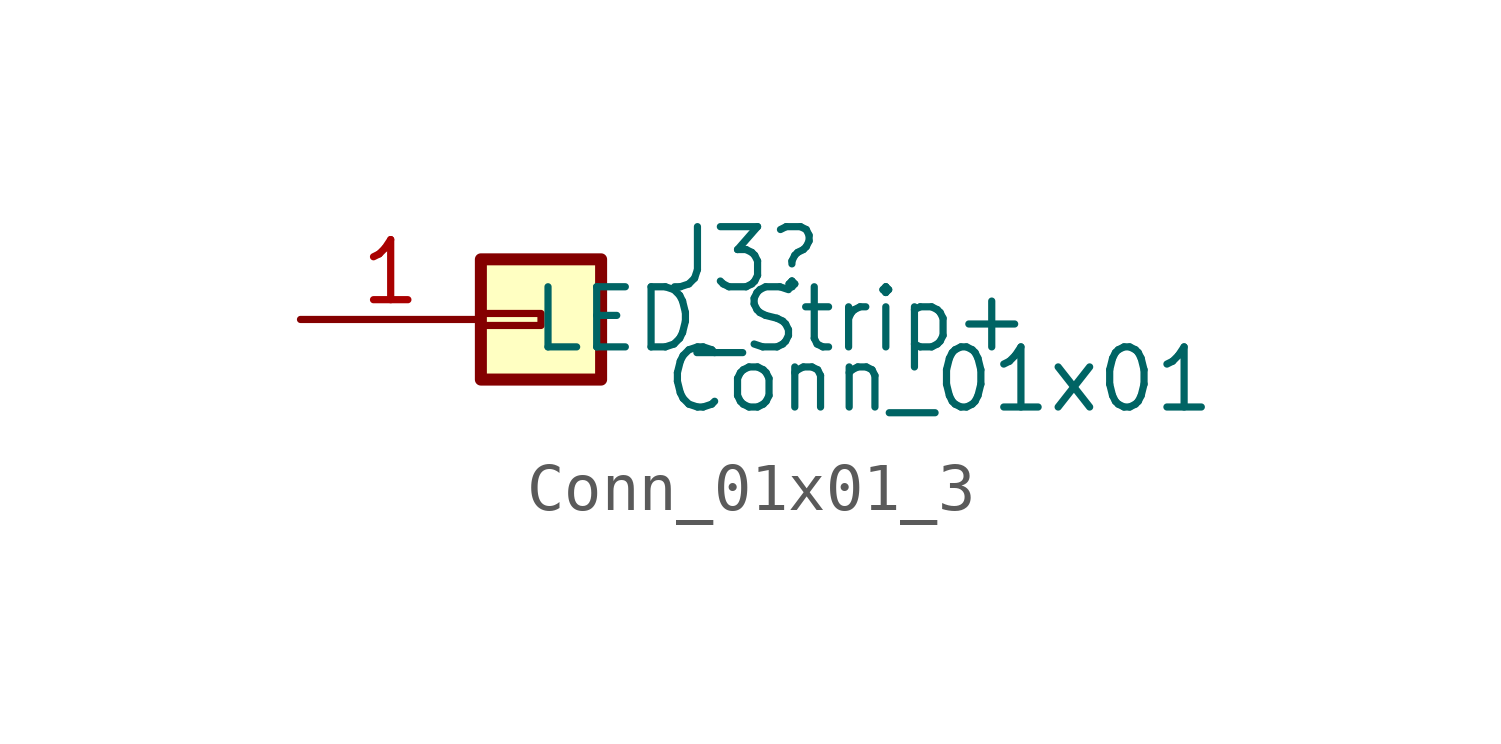
<source format=kicad_sym>
(kicad_symbol_lib
  (version 20211014)
  (generator kicad_symbol_editor)
  (symbol "Conn_01x01_3"
    (pin_names
      (offset 1.016))
    (property "Reference" "J3"
      (at 2.54 1.27 0)
      (effects (font (size 1.27 1.27)) (justify left)))
    (property "Value" "Conn_01x01"
      (at 2.54 -1.27 0)
      (effects (font (size 1.27 1.27)) (justify left)))
    (symbol "Conn_01x01_3_1_1"
      (rectangle (start -1.27 0.127) (end 0 -0.127) (stroke (width 0.152) (type default) (color 0 0 0 0)) (fill (type none)))
      (rectangle (start -1.27 1.27) (end 1.27 -1.27) (stroke (width 0.254) (type default) (color 0 0 0 0)) (fill (type background)))
      (pin power_in line (at -5.08 0 0) (length 3.81) (name "LED_Strip+" (effects (font (size 1.27 1.27)))) (number "1" (effects (font (size 1.27 1.27))))))))
</source>
